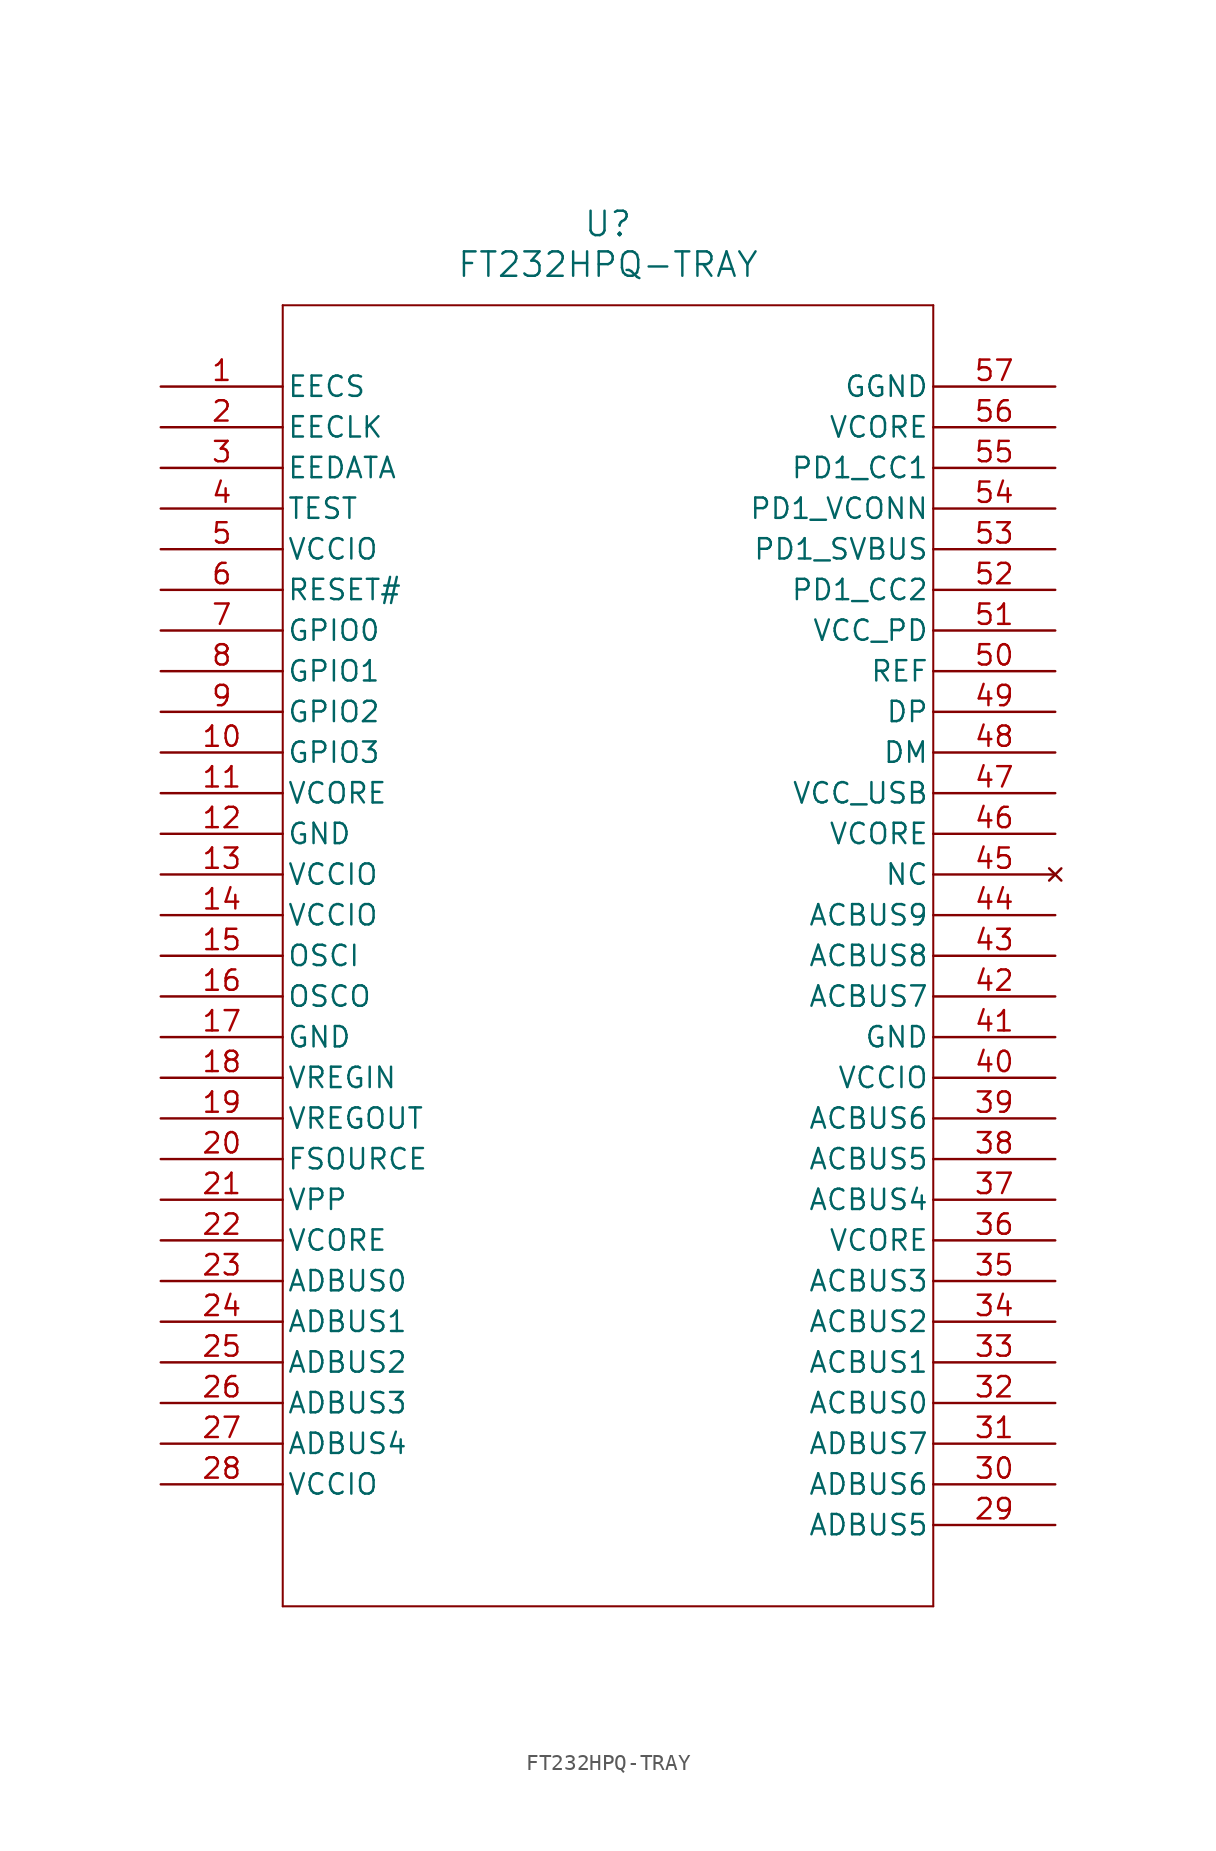
<source format=kicad_sym>
(kicad_symbol_lib
  (version 20211014)
  (generator kicad_symbol_editor)
  (symbol "FT232HPQ-TRAY"
    (pin_names
      (offset 0.254))
    (property "Reference" "U"
      (at 27.94 10.16 0)
      (effects (font (size 1.524 1.524))))
    (property "Value" "FT232HPQ-TRAY"
      (at 27.94 7.62 0)
      (effects (font (size 1.524 1.524))))
    (symbol "FT232HPQ-TRAY_0_1"
      (polyline (pts (xy 7.62 5.08) (xy 7.62 -76.2)) (stroke (width 0.127) (type default) (color 0 0 0 0)) (fill (type none)))
      (polyline (pts (xy 7.62 -76.2) (xy 48.26 -76.2)) (stroke (width 0.127) (type default) (color 0 0 0 0)) (fill (type none)))
      (polyline (pts (xy 48.26 -76.2) (xy 48.26 5.08)) (stroke (width 0.127) (type default) (color 0 0 0 0)) (fill (type none)))
      (polyline (pts (xy 48.26 5.08) (xy 7.62 5.08)) (stroke (width 0.127) (type default) (color 0 0 0 0)) (fill (type none)))
      (pin bidirectional line (at 0 0 0) (length 7.62) (name "EECS" (effects (font (size 1.27 1.27)))) (number "1" (effects (font (size 1.27 1.27)))))
      (pin output line (at 0 -2.54 0) (length 7.62) (name "EECLK" (effects (font (size 1.27 1.27)))) (number "2" (effects (font (size 1.27 1.27)))))
      (pin bidirectional line (at 0 -5.08 0) (length 7.62) (name "EEDATA" (effects (font (size 1.27 1.27)))) (number "3" (effects (font (size 1.27 1.27)))))
      (pin unspecified line (at 0 -7.62 0) (length 7.62) (name "TEST" (effects (font (size 1.27 1.27)))) (number "4" (effects (font (size 1.27 1.27)))))
      (pin power_in line (at 0 -10.16 0) (length 7.62) (name "VCCIO" (effects (font (size 1.27 1.27)))) (number "5" (effects (font (size 1.27 1.27)))))
      (pin input line (at 0 -12.7 0) (length 7.62) (name "RESET#" (effects (font (size 1.27 1.27)))) (number "6" (effects (font (size 1.27 1.27)))))
      (pin bidirectional line (at 0 -15.24 0) (length 7.62) (name "GPIO0" (effects (font (size 1.27 1.27)))) (number "7" (effects (font (size 1.27 1.27)))))
      (pin bidirectional line (at 0 -17.78 0) (length 7.62) (name "GPIO1" (effects (font (size 1.27 1.27)))) (number "8" (effects (font (size 1.27 1.27)))))
      (pin bidirectional line (at 0 -20.32 0) (length 7.62) (name "GPIO2" (effects (font (size 1.27 1.27)))) (number "9" (effects (font (size 1.27 1.27)))))
      (pin bidirectional line (at 0 -22.86 0) (length 7.62) (name "GPIO3" (effects (font (size 1.27 1.27)))) (number "10" (effects (font (size 1.27 1.27)))))
      (pin power_in line (at 0 -25.4 0) (length 7.62) (name "VCORE" (effects (font (size 1.27 1.27)))) (number "11" (effects (font (size 1.27 1.27)))))
      (pin power_out line (at 0 -27.94 0) (length 7.62) (name "GND" (effects (font (size 1.27 1.27)))) (number "12" (effects (font (size 1.27 1.27)))))
      (pin power_in line (at 0 -30.48 0) (length 7.62) (name "VCCIO" (effects (font (size 1.27 1.27)))) (number "13" (effects (font (size 1.27 1.27)))))
      (pin power_in line (at 0 -33.02 0) (length 7.62) (name "VCCIO" (effects (font (size 1.27 1.27)))) (number "14" (effects (font (size 1.27 1.27)))))
      (pin input line (at 0 -35.56 0) (length 7.62) (name "OSCI" (effects (font (size 1.27 1.27)))) (number "15" (effects (font (size 1.27 1.27)))))
      (pin output line (at 0 -38.1 0) (length 7.62) (name "OSCO" (effects (font (size 1.27 1.27)))) (number "16" (effects (font (size 1.27 1.27)))))
      (pin power_out line (at 0 -40.64 0) (length 7.62) (name "GND" (effects (font (size 1.27 1.27)))) (number "17" (effects (font (size 1.27 1.27)))))
      (pin power_in line (at 0 -43.18 0) (length 7.62) (name "VREGIN" (effects (font (size 1.27 1.27)))) (number "18" (effects (font (size 1.27 1.27)))))
      (pin power_in line (at 0 -45.72 0) (length 7.62) (name "VREGOUT" (effects (font (size 1.27 1.27)))) (number "19" (effects (font (size 1.27 1.27)))))
      (pin power_in line (at 0 -48.26 0) (length 7.62) (name "FSOURCE" (effects (font (size 1.27 1.27)))) (number "20" (effects (font (size 1.27 1.27)))))
      (pin power_in line (at 0 -50.8 0) (length 7.62) (name "VPP" (effects (font (size 1.27 1.27)))) (number "21" (effects (font (size 1.27 1.27)))))
      (pin power_in line (at 0 -53.34 0) (length 7.62) (name "VCORE" (effects (font (size 1.27 1.27)))) (number "22" (effects (font (size 1.27 1.27)))))
      (pin bidirectional line (at 0 -55.88 0) (length 7.62) (name "ADBUS0" (effects (font (size 1.27 1.27)))) (number "23" (effects (font (size 1.27 1.27)))))
      (pin bidirectional line (at 0 -58.42 0) (length 7.62) (name "ADBUS1" (effects (font (size 1.27 1.27)))) (number "24" (effects (font (size 1.27 1.27)))))
      (pin bidirectional line (at 0 -60.96 0) (length 7.62) (name "ADBUS2" (effects (font (size 1.27 1.27)))) (number "25" (effects (font (size 1.27 1.27)))))
      (pin bidirectional line (at 0 -63.5 0) (length 7.62) (name "ADBUS3" (effects (font (size 1.27 1.27)))) (number "26" (effects (font (size 1.27 1.27)))))
      (pin bidirectional line (at 0 -66.04 0) (length 7.62) (name "ADBUS4" (effects (font (size 1.27 1.27)))) (number "27" (effects (font (size 1.27 1.27)))))
      (pin power_in line (at 0 -68.58 0) (length 7.62) (name "VCCIO" (effects (font (size 1.27 1.27)))) (number "28" (effects (font (size 1.27 1.27)))))
      (pin bidirectional line (at 55.88 -71.12 180) (length 7.62) (name "ADBUS5" (effects (font (size 1.27 1.27)))) (number "29" (effects (font (size 1.27 1.27)))))
      (pin bidirectional line (at 55.88 -68.58 180) (length 7.62) (name "ADBUS6" (effects (font (size 1.27 1.27)))) (number "30" (effects (font (size 1.27 1.27)))))
      (pin bidirectional line (at 55.88 -66.04 180) (length 7.62) (name "ADBUS7" (effects (font (size 1.27 1.27)))) (number "31" (effects (font (size 1.27 1.27)))))
      (pin output line (at 55.88 -63.5 180) (length 7.62) (name "ACBUS0" (effects (font (size 1.27 1.27)))) (number "32" (effects (font (size 1.27 1.27)))))
      (pin input line (at 55.88 -60.96 180) (length 7.62) (name "ACBUS1" (effects (font (size 1.27 1.27)))) (number "33" (effects (font (size 1.27 1.27)))))
      (pin output line (at 55.88 -58.42 180) (length 7.62) (name "ACBUS2" (effects (font (size 1.27 1.27)))) (number "34" (effects (font (size 1.27 1.27)))))
      (pin input line (at 55.88 -55.88 180) (length 7.62) (name "ACBUS3" (effects (font (size 1.27 1.27)))) (number "35" (effects (font (size 1.27 1.27)))))
      (pin power_in line (at 55.88 -53.34 180) (length 7.62) (name "VCORE" (effects (font (size 1.27 1.27)))) (number "36" (effects (font (size 1.27 1.27)))))
      (pin output line (at 55.88 -50.8 180) (length 7.62) (name "ACBUS4" (effects (font (size 1.27 1.27)))) (number "37" (effects (font (size 1.27 1.27)))))
      (pin input line (at 55.88 -48.26 180) (length 7.62) (name "ACBUS5" (effects (font (size 1.27 1.27)))) (number "38" (effects (font (size 1.27 1.27)))))
      (pin input line (at 55.88 -45.72 180) (length 7.62) (name "ACBUS6" (effects (font (size 1.27 1.27)))) (number "39" (effects (font (size 1.27 1.27)))))
      (pin power_in line (at 55.88 -43.18 180) (length 7.62) (name "VCCIO" (effects (font (size 1.27 1.27)))) (number "40" (effects (font (size 1.27 1.27)))))
      (pin power_out line (at 55.88 -40.64 180) (length 7.62) (name "GND" (effects (font (size 1.27 1.27)))) (number "41" (effects (font (size 1.27 1.27)))))
      (pin input line (at 55.88 -38.1 180) (length 7.62) (name "ACBUS7" (effects (font (size 1.27 1.27)))) (number "42" (effects (font (size 1.27 1.27)))))
      (pin bidirectional line (at 55.88 -35.56 180) (length 7.62) (name "ACBUS8" (effects (font (size 1.27 1.27)))) (number "43" (effects (font (size 1.27 1.27)))))
      (pin bidirectional line (at 55.88 -33.02 180) (length 7.62) (name "ACBUS9" (effects (font (size 1.27 1.27)))) (number "44" (effects (font (size 1.27 1.27)))))
      (pin no_connect line (at 55.88 -30.48 180) (length 7.62) (name "NC" (effects (font (size 1.27 1.27)))) (number "45" (effects (font (size 1.27 1.27)))))
      (pin power_in line (at 55.88 -27.94 180) (length 7.62) (name "VCORE" (effects (font (size 1.27 1.27)))) (number "46" (effects (font (size 1.27 1.27)))))
      (pin power_in line (at 55.88 -25.4 180) (length 7.62) (name "VCC_USB" (effects (font (size 1.27 1.27)))) (number "47" (effects (font (size 1.27 1.27)))))
      (pin bidirectional line (at 55.88 -22.86 180) (length 7.62) (name "DM" (effects (font (size 1.27 1.27)))) (number "48" (effects (font (size 1.27 1.27)))))
      (pin bidirectional line (at 55.88 -20.32 180) (length 7.62) (name "DP" (effects (font (size 1.27 1.27)))) (number "49" (effects (font (size 1.27 1.27)))))
      (pin input line (at 55.88 -17.78 180) (length 7.62) (name "REF" (effects (font (size 1.27 1.27)))) (number "50" (effects (font (size 1.27 1.27)))))
      (pin power_in line (at 55.88 -15.24 180) (length 7.62) (name "VCC_PD" (effects (font (size 1.27 1.27)))) (number "51" (effects (font (size 1.27 1.27)))))
      (pin unspecified line (at 55.88 -12.7 180) (length 7.62) (name "PD1_CC2" (effects (font (size 1.27 1.27)))) (number "52" (effects (font (size 1.27 1.27)))))
      (pin unspecified line (at 55.88 -10.16 180) (length 7.62) (name "PD1_SVBUS" (effects (font (size 1.27 1.27)))) (number "53" (effects (font (size 1.27 1.27)))))
      (pin power_in line (at 55.88 -7.62 180) (length 7.62) (name "PD1_VCONN" (effects (font (size 1.27 1.27)))) (number "54" (effects (font (size 1.27 1.27)))))
      (pin unspecified line (at 55.88 -5.08 180) (length 7.62) (name "PD1_CC1" (effects (font (size 1.27 1.27)))) (number "55" (effects (font (size 1.27 1.27)))))
      (pin power_in line (at 55.88 -2.54 180) (length 7.62) (name "VCORE" (effects (font (size 1.27 1.27)))) (number "56" (effects (font (size 1.27 1.27)))))
      (pin power_out line (at 55.88 0 180) (length 7.62) (name "GGND" (effects (font (size 1.27 1.27)))) (number "57" (effects (font (size 1.27 1.27))))))))
</source>
